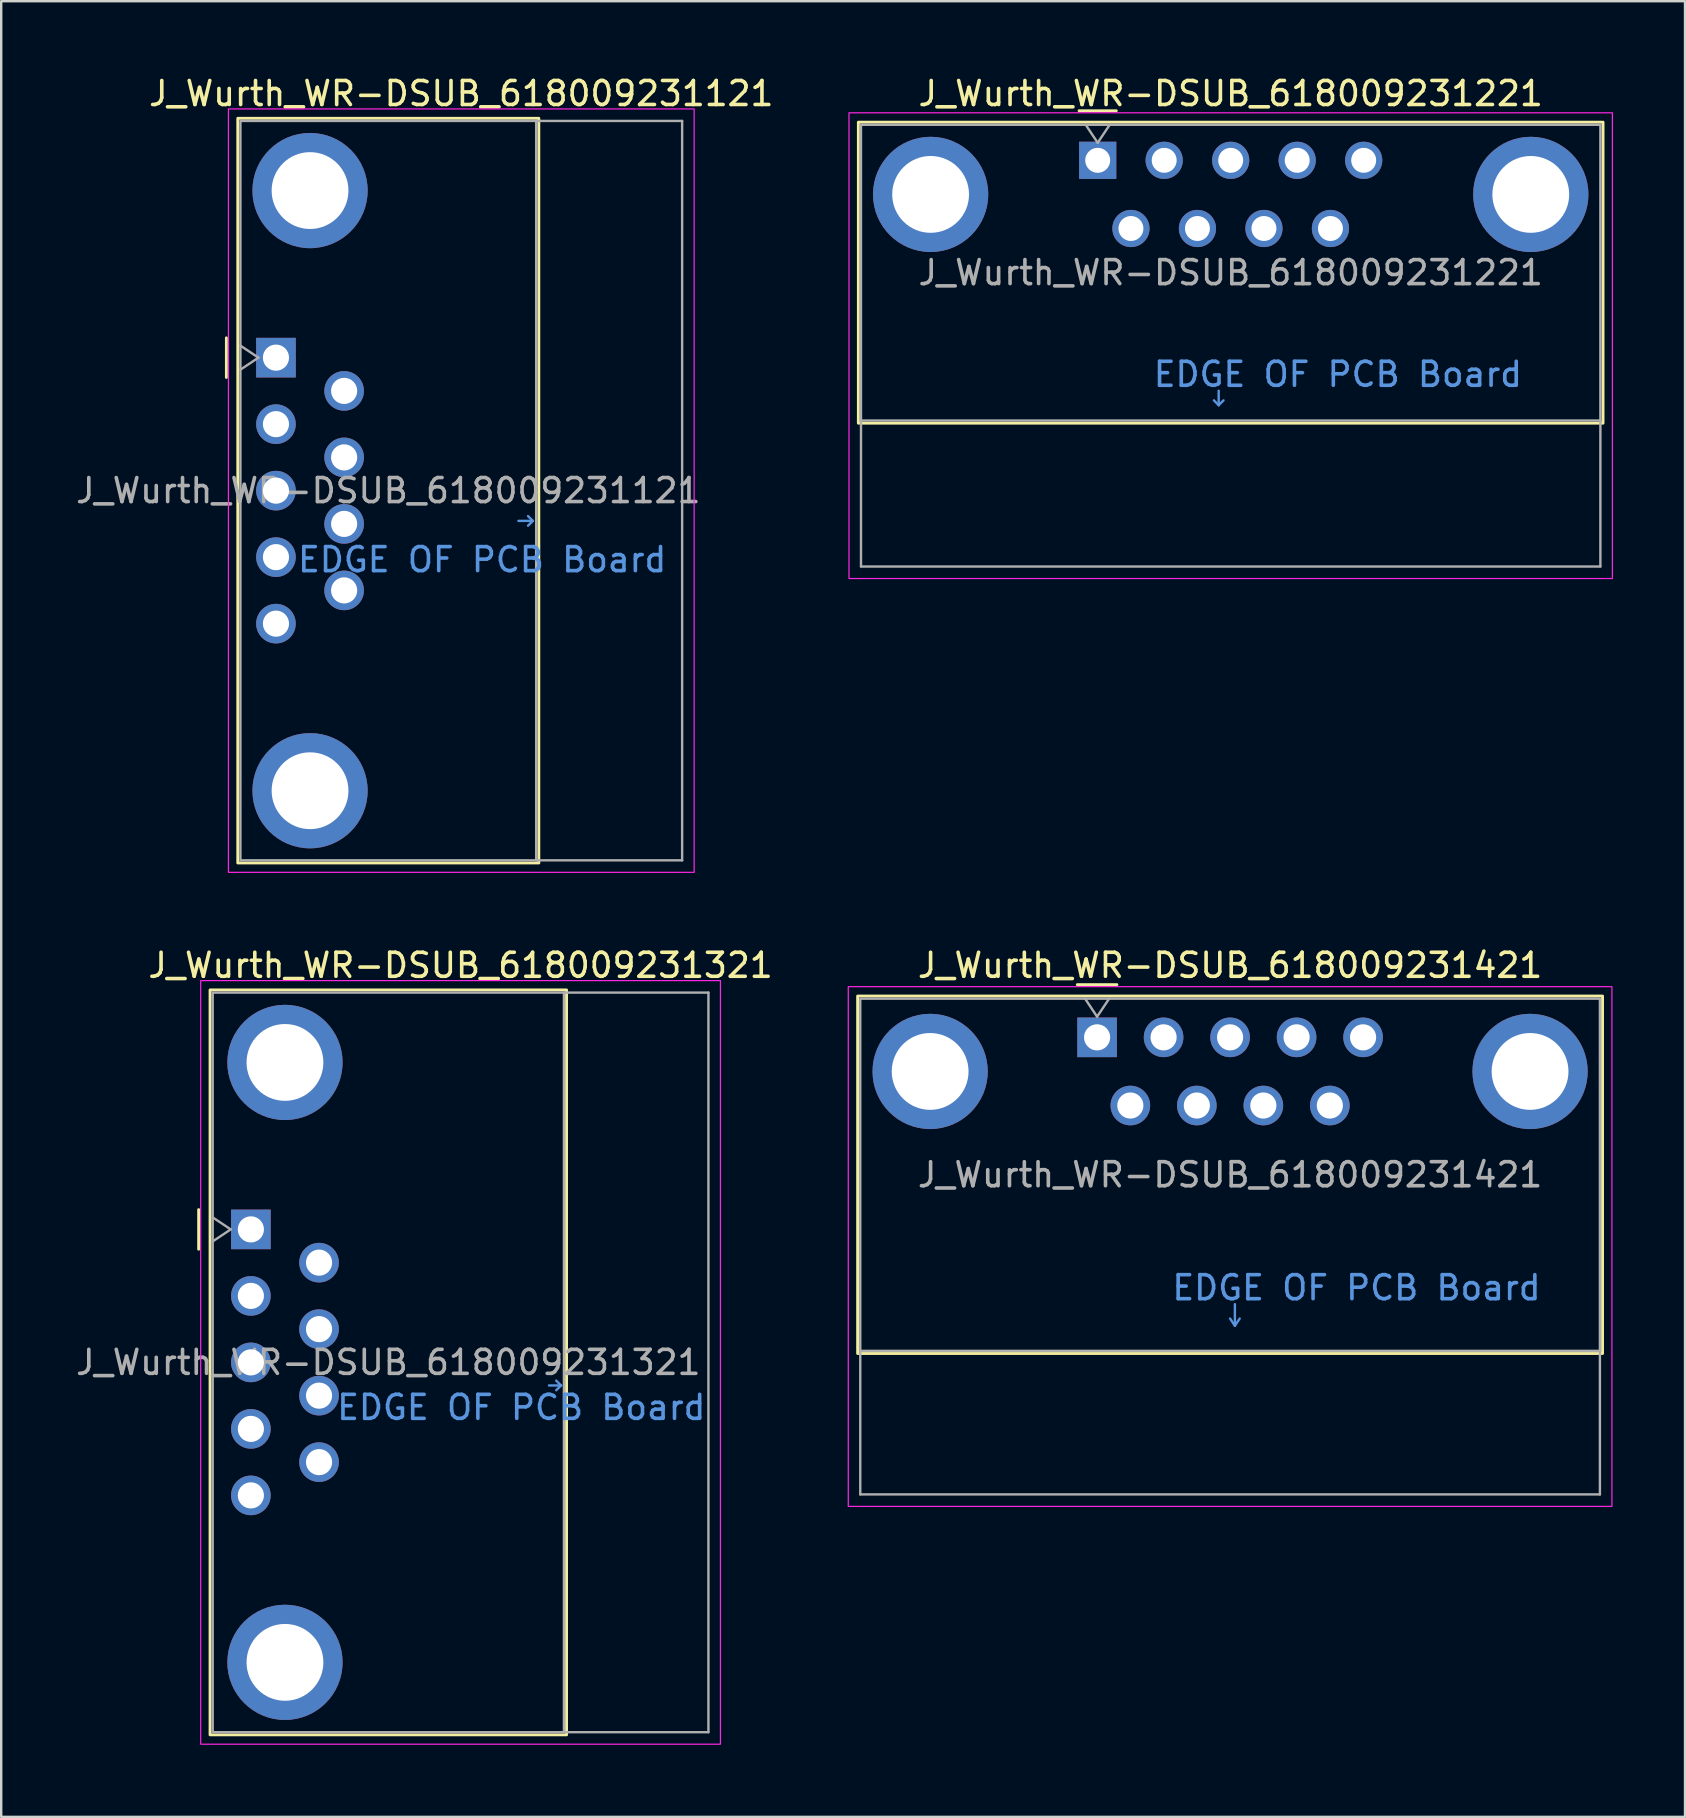
<source format=kicad_pcb>
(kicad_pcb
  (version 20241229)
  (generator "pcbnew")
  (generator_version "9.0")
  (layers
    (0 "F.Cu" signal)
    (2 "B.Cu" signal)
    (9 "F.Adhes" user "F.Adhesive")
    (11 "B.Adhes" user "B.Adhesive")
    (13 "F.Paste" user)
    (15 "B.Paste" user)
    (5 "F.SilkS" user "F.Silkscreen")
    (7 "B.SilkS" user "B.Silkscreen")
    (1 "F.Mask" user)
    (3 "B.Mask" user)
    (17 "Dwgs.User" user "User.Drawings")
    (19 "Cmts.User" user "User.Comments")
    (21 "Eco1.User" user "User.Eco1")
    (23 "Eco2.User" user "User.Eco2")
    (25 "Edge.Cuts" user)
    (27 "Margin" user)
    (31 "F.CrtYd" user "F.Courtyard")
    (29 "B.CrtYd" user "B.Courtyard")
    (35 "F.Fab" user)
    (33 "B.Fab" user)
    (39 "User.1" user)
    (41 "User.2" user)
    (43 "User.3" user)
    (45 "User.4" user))
  (footprint "J_Wurth_WR-DSUB_618009231421"
    (layer "F.Cu")
    (at 42.65 40.161)
    (property "Reference" "J_Wurth_WR-DSUB_618009231421" (at 5.54 -3 0) (unlocked yes) (layer "F.SilkS") (effects (font (size 1 1) (thickness 0.15))))
    (attr through_hole)
    (fp_line (start 0.825 -2.195) (end -0.825 -2.195) (stroke (width 0.12) (type solid)) (layer "F.SilkS"))
    (fp_rect (start -9.975 -1.72) (end 21.055 13.17) (stroke (width 0.12) (type solid)) (fill no) (layer "F.SilkS"))
    (fp_line (start 5.74 11.115) (end 5.74 12.015) (stroke (width 0.1) (type solid)) (layer "Cmts.User"))
    (fp_line (start 5.74 12.015) (end 5.54 11.715) (stroke (width 0.1) (type solid)) (layer "Cmts.User"))
    (fp_line (start 5.74 12.015) (end 5.94 11.715) (stroke (width 0.1) (type solid)) (layer "Cmts.User"))
    (fp_rect (start -10.365 -2.11) (end 21.445 19.54) (stroke (width 0.05) (type solid)) (fill no) (layer "F.CrtYd"))
    (fp_line (start -9.865 19.04) (end -9.865 13.06) (stroke (width 0.1) (type solid)) (layer "F.Fab"))
    (fp_line (start 0 -0.86) (end -0.5 -1.61) (stroke (width 0.1) (type solid)) (layer "F.Fab"))
    (fp_line (start 0 -0.86) (end 0.5 -1.61) (stroke (width 0.1) (type solid)) (layer "F.Fab"))
    (fp_line (start 20.945 13.06) (end 20.945 19.04) (stroke (width 0.1) (type solid)) (layer "F.Fab"))
    (fp_line (start 20.945 19.04) (end -9.865 19.04) (stroke (width 0.1) (type solid)) (layer "F.Fab"))
    (fp_rect (start -9.865 -1.61) (end 20.945 13.06) (stroke (width 0.1) (type solid)) (fill no) (layer "F.Fab"))
    (fp_text user "EDGE OF PCB Board" (at 3.04 11.015 0) (unlocked yes) (layer "Cmts.User") (effects (font (size 1 1) (thickness 0.15)) (justify left bottom)))
    (fp_text user "${REFERENCE}" (at 5.54 5.725 0) (unlocked yes) (layer "F.Fab") (effects (font (size 1 1) (thickness 0.15))))
    (pad "1" thru_hole rect (at 0 0) (size 1.65 1.65) (drill 1.09) (layers "*.Cu" "*.Mask"))
    (pad "2" thru_hole circle (at 2.77 0) (size 1.65 1.65) (drill 1.09) (layers "*.Cu" "*.Mask"))
    (pad "3" thru_hole circle (at 5.54 0) (size 1.65 1.65) (drill 1.09) (layers "*.Cu" "*.Mask"))
    (pad "4" thru_hole circle (at 8.31 0) (size 1.65 1.65) (drill 1.09) (layers "*.Cu" "*.Mask"))
    (pad "5" thru_hole circle (at 11.08 0) (size 1.65 1.65) (drill 1.09) (layers "*.Cu" "*.Mask"))
    (pad "6" thru_hole circle (at 1.385 2.84) (size 1.65 1.65) (drill 1.09) (layers "*.Cu" "*.Mask"))
    (pad "7" thru_hole circle (at 4.155 2.84) (size 1.65 1.65) (drill 1.09) (layers "*.Cu" "*.Mask"))
    (pad "8" thru_hole circle (at 6.925 2.84) (size 1.65 1.65) (drill 1.09) (layers "*.Cu" "*.Mask"))
    (pad "9" thru_hole circle (at 9.695 2.84) (size 1.65 1.65) (drill 1.09) (layers "*.Cu" "*.Mask"))
    (pad "S1" thru_hole circle (at -6.955 1.42) (size 4.8 4.8) (drill 3.2) (layers "*.Cu" "*.Mask"))
    (pad "S2" thru_hole circle (at 18.035 1.42) (size 4.8 4.8) (drill 3.2) (layers "*.Cu" "*.Mask")))
  (footprint "J_Wurth_WR-DSUB_618009231221"
    (layer "F.Cu")
    (at 42.675 3.628)
    (property "Reference" "J_Wurth_WR-DSUB_618009231221" (at 5.54 -2.78 0) (unlocked yes) (layer "F.SilkS") (effects (font (size 1 1) (thickness 0.15))))
    (attr through_hole)
    (fp_line (start 0.775 -2.065) (end -0.775 -2.065) (stroke (width 0.12) (type solid)) (layer "F.SilkS"))
    (fp_rect (start -9.97 -1.59) (end 21.05 10.95) (stroke (width 0.12) (type solid)) (fill no) (layer "F.SilkS"))
    (fp_line (start 5.04 9.6) (end 5.04 10.2) (stroke (width 0.1) (type solid)) (layer "Cmts.User"))
    (fp_line (start 5.04 10.2) (end 4.84 10) (stroke (width 0.1) (type solid)) (layer "Cmts.User"))
    (fp_line (start 5.04 10.2) (end 5.24 10) (stroke (width 0.1) (type solid)) (layer "Cmts.User"))
    (fp_rect (start -10.36 -1.98) (end 21.44 17.42) (stroke (width 0.05) (type solid)) (fill no) (layer "F.CrtYd"))
    (fp_line (start -9.86 16.92) (end -9.86 10.84) (stroke (width 0.1) (type solid)) (layer "F.Fab"))
    (fp_line (start 0 -0.73) (end -0.5 -1.48) (stroke (width 0.1) (type solid)) (layer "F.Fab"))
    (fp_line (start 0 -0.73) (end 0.5 -1.48) (stroke (width 0.1) (type solid)) (layer "F.Fab"))
    (fp_line (start 20.94 10.84) (end 20.94 16.92) (stroke (width 0.1) (type solid)) (layer "F.Fab"))
    (fp_line (start 20.94 16.92) (end -9.86 16.92) (stroke (width 0.1) (type solid)) (layer "F.Fab"))
    (fp_rect (start -9.86 -1.48) (end 20.94 10.84) (stroke (width 0.1) (type solid)) (fill no) (layer "F.Fab"))
    (fp_text user "EDGE OF PCB Board" (at 2.24 9.5 0) (unlocked yes) (layer "Cmts.User") (effects (font (size 1 1) (thickness 0.15)) (justify left bottom)))
    (fp_text user "${REFERENCE}" (at 5.54 4.68 0) (unlocked yes) (layer "F.Fab") (effects (font (size 1 1) (thickness 0.15))))
    (pad "1" thru_hole rect (at 0 0) (size 1.55 1.55) (drill 1.04) (layers "*.Cu" "*.Mask"))
    (pad "2" thru_hole circle (at 2.77 0) (size 1.55 1.55) (drill 1.04) (layers "*.Cu" "*.Mask"))
    (pad "3" thru_hole circle (at 5.54 0) (size 1.55 1.55) (drill 1.04) (layers "*.Cu" "*.Mask"))
    (pad "4" thru_hole circle (at 8.31 0) (size 1.55 1.55) (drill 1.04) (layers "*.Cu" "*.Mask"))
    (pad "5" thru_hole circle (at 11.08 0) (size 1.55 1.55) (drill 1.04) (layers "*.Cu" "*.Mask"))
    (pad "6" thru_hole circle (at 1.385 2.84) (size 1.55 1.55) (drill 1.04) (layers "*.Cu" "*.Mask"))
    (pad "7" thru_hole circle (at 4.155 2.84) (size 1.55 1.55) (drill 1.04) (layers "*.Cu" "*.Mask"))
    (pad "8" thru_hole circle (at 6.925 2.84) (size 1.55 1.55) (drill 1.04) (layers "*.Cu" "*.Mask"))
    (pad "9" thru_hole circle (at 9.695 2.84) (size 1.55 1.55) (drill 1.04) (layers "*.Cu" "*.Mask"))
    (pad "S1" thru_hole circle (at -6.96 1.42) (size 4.8 4.8) (drill 3.2) (layers "*.Cu" "*.Mask"))
    (pad "S2" thru_hole circle (at 18.04 1.42) (size 4.8 4.8) (drill 3.2) (layers "*.Cu" "*.Mask")))
  (footprint "J_Wurth_WR-DSUB_618009231121"
    (layer "F.Cu")
    (at 8.445 11.848)
    (property "Reference" "J_Wurth_WR-DSUB_618009231121" (at 7.72 -11 0) (unlocked yes) (layer "F.SilkS") (effects (font (size 1 1) (thickness 0.15))))
    (attr through_hole)
    (fp_line (start -2.065 -0.825) (end -2.065 0.825) (stroke (width 0.12) (type solid)) (layer "F.SilkS"))
    (fp_rect (start -1.59 -9.97) (end 10.95 21.05) (stroke (width 0.12) (type solid)) (fill no) (layer "F.SilkS"))
    (fp_line (start 10.1 6.8) (end 10.7 6.8) (stroke (width 0.1) (type solid)) (layer "Cmts.User"))
    (fp_line (start 10.7 6.8) (end 10.5 6.6) (stroke (width 0.1) (type solid)) (layer "Cmts.User"))
    (fp_line (start 10.7 6.8) (end 10.5 7) (stroke (width 0.1) (type solid)) (layer "Cmts.User"))
    (fp_rect (start -1.98 -10.36) (end 17.42 21.44) (stroke (width 0.05) (type solid)) (fill no) (layer "F.CrtYd"))
    (fp_line (start -0.73 0) (end -1.48 -0.5) (stroke (width 0.1) (type solid)) (layer "F.Fab"))
    (fp_line (start -0.73 0) (end -1.48 0.5) (stroke (width 0.1) (type solid)) (layer "F.Fab"))
    (fp_line (start 10.84 -9.86) (end 16.92 -9.86) (stroke (width 0.1) (type solid)) (layer "F.Fab"))
    (fp_line (start 16.92 -9.86) (end 16.92 20.94) (stroke (width 0.1) (type solid)) (layer "F.Fab"))
    (fp_line (start 16.92 20.94) (end 10.84 20.94) (stroke (width 0.1) (type solid)) (layer "F.Fab"))
    (fp_rect (start -1.48 -9.86) (end 10.84 20.94) (stroke (width 0.1) (type solid)) (fill no) (layer "F.Fab"))
    (fp_text user "EDGE OF PCB Board" (at 0.825 9 0) (unlocked yes) (layer "Cmts.User") (effects (font (size 1 1) (thickness 0.15)) (justify left bottom)))
    (fp_text user "${REFERENCE}" (at 4.68 5.54 0) (unlocked yes) (layer "F.Fab") (effects (font (size 1 1) (thickness 0.15))))
    (pad "1" thru_hole rect (at 0 0 90) (size 1.65 1.65) (drill 1.09) (layers "*.Cu" "*.Mask"))
    (pad "2" thru_hole circle (at 0 2.77 90) (size 1.65 1.65) (drill 1.09) (layers "*.Cu" "*.Mask"))
    (pad "3" thru_hole circle (at 0 5.54 90) (size 1.65 1.65) (drill 1.09) (layers "*.Cu" "*.Mask"))
    (pad "4" thru_hole circle (at 0 8.31 90) (size 1.65 1.65) (drill 1.09) (layers "*.Cu" "*.Mask"))
    (pad "5" thru_hole circle (at 0 11.08 90) (size 1.65 1.65) (drill 1.09) (layers "*.Cu" "*.Mask"))
    (pad "6" thru_hole circle (at 2.84 1.385 90) (size 1.65 1.65) (drill 1.09) (layers "*.Cu" "*.Mask"))
    (pad "7" thru_hole circle (at 2.84 4.155 90) (size 1.65 1.65) (drill 1.09) (layers "*.Cu" "*.Mask"))
    (pad "8" thru_hole circle (at 2.84 6.925 90) (size 1.65 1.65) (drill 1.09) (layers "*.Cu" "*.Mask"))
    (pad "9" thru_hole circle (at 2.84 9.695 90) (size 1.65 1.65) (drill 1.09) (layers "*.Cu" "*.Mask"))
    (pad "S1" thru_hole circle (at 1.42 18.04 90) (size 4.8 4.8) (drill 3.2) (layers "*.Cu" "*.Mask"))
    (pad "S2" thru_hole circle (at 1.42 -6.96 90) (size 4.8 4.8) (drill 3.2) (layers "*.Cu" "*.Mask")))
  (footprint "J_Wurth_WR-DSUB_618009231321"
    (layer "F.Cu")
    (at 7.4 48.161)
    (property "Reference" "J_Wurth_WR-DSUB_618009231321" (at 8.735 -11 0) (unlocked yes) (layer "F.SilkS") (effects (font (size 1 1) (thickness 0.15))))
    (attr through_hole)
    (fp_line (start -2.175 -0.825) (end -2.175 0.825) (stroke (width 0.12) (type solid)) (layer "F.SilkS"))
    (fp_rect (start -1.7 -9.975) (end 13.15 21.055) (stroke (width 0.12) (type solid)) (fill no) (layer "F.SilkS"))
    (fp_line (start 12.42 6.5) (end 12.92 6.5) (stroke (width 0.1) (type solid)) (layer "Cmts.User"))
    (fp_line (start 12.92 6.5) (end 12.72 6.3) (stroke (width 0.1) (type solid)) (layer "Cmts.User"))
    (fp_line (start 12.92 6.5) (end 12.72 6.7) (stroke (width 0.1) (type solid)) (layer "Cmts.User"))
    (fp_rect (start -2.09 -10.365) (end 19.56 21.445) (stroke (width 0.05) (type solid)) (fill no) (layer "F.CrtYd"))
    (fp_line (start -0.84 0) (end -1.59 -0.5) (stroke (width 0.1) (type solid)) (layer "F.Fab"))
    (fp_line (start -0.84 0) (end -1.59 0.5) (stroke (width 0.1) (type solid)) (layer "F.Fab"))
    (fp_line (start 13.04 -9.865) (end 19.06 -9.865) (stroke (width 0.1) (type solid)) (layer "F.Fab"))
    (fp_line (start 19.06 -9.865) (end 19.06 20.945) (stroke (width 0.1) (type solid)) (layer "F.Fab"))
    (fp_line (start 19.06 20.945) (end 13.04 20.945) (stroke (width 0.1) (type solid)) (layer "F.Fab"))
    (fp_rect (start -1.59 -9.865) (end 13.04 20.945) (stroke (width 0.1) (type solid)) (fill no) (layer "F.Fab"))
    (fp_text user "EDGE OF PCB Board" (at 3.5 8 0) (unlocked yes) (layer "Cmts.User") (effects (font (size 1 1) (thickness 0.15)) (justify left bottom)))
    (fp_text user "${REFERENCE}" (at 5.725 5.54 0) (unlocked yes) (layer "F.Fab") (effects (font (size 1 1) (thickness 0.15))))
    (pad "1" thru_hole rect (at 0 0 90) (size 1.65 1.65) (drill 1.09) (layers "*.Cu" "*.Mask"))
    (pad "2" thru_hole circle (at 0 2.77 90) (size 1.65 1.65) (drill 1.09) (layers "*.Cu" "*.Mask"))
    (pad "3" thru_hole circle (at 0 5.54 90) (size 1.65 1.65) (drill 1.09) (layers "*.Cu" "*.Mask"))
    (pad "4" thru_hole circle (at 0 8.31 90) (size 1.65 1.65) (drill 1.09) (layers "*.Cu" "*.Mask"))
    (pad "5" thru_hole circle (at 0 11.08 90) (size 1.65 1.65) (drill 1.09) (layers "*.Cu" "*.Mask"))
    (pad "6" thru_hole circle (at 2.84 1.385 90) (size 1.65 1.65) (drill 1.09) (layers "*.Cu" "*.Mask"))
    (pad "7" thru_hole circle (at 2.84 4.155 90) (size 1.65 1.65) (drill 1.09) (layers "*.Cu" "*.Mask"))
    (pad "8" thru_hole circle (at 2.84 6.925 90) (size 1.65 1.65) (drill 1.09) (layers "*.Cu" "*.Mask"))
    (pad "9" thru_hole circle (at 2.84 9.695 90) (size 1.65 1.65) (drill 1.09) (layers "*.Cu" "*.Mask"))
    (pad "S1" thru_hole circle (at 1.42 18.035 90) (size 4.8 4.8) (drill 3.2) (layers "*.Cu" "*.Mask"))
    (pad "S2" thru_hole circle (at 1.42 -6.955 90) (size 4.8 4.8) (drill 3.2) (layers "*.Cu" "*.Mask")))
  (gr_rect
    (start -3 -3)
    (end 67.14 72.632)
    (stroke (width 0.1) (type default))
    (fill no)
    (layer "Edge.Cuts")))
</source>
